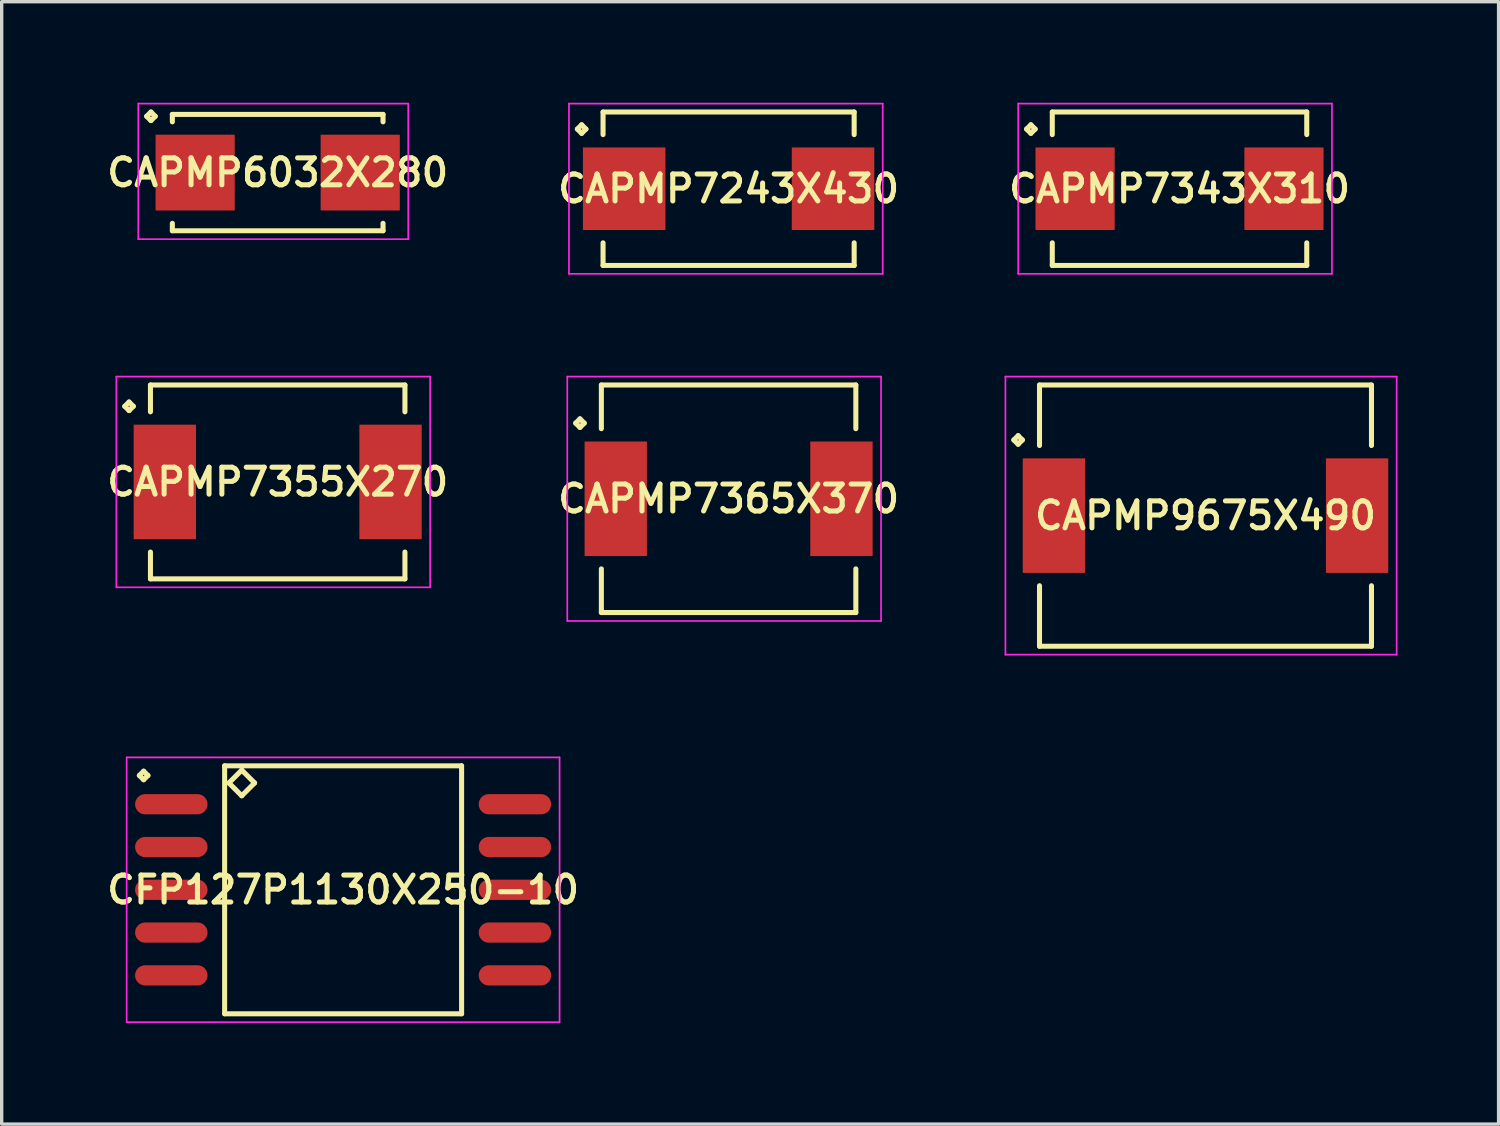
<source format=kicad_pcb>
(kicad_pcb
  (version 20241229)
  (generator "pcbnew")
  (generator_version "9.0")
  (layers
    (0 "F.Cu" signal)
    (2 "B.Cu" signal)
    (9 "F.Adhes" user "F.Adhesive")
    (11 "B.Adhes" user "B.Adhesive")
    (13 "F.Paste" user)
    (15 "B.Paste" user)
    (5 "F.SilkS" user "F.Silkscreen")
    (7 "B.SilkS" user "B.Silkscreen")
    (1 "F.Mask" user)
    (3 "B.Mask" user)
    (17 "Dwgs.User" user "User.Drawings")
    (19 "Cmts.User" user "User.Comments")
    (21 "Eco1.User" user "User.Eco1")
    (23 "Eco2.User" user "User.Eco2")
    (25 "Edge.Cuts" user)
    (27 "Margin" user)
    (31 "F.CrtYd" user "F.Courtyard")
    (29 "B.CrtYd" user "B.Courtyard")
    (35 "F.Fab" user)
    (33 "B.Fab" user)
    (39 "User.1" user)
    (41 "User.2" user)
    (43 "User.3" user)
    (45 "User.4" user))
  (footprint "CFP127P1130X250-10"
    (layer "F.Cu")
    (at 7.135 23.363)
    (property "Reference" "CFP127P1130X250-10" (at 0 0 0) (layer "F.SilkS") (effects (font (size 0.8 0.8) (thickness 0.15))))
    (attr smd)
    (fp_line (start -6.048 -3.394) (end -5.921 -3.521) (stroke (width 0.15) (type solid)) (layer "F.SilkS"))
    (fp_line (start -5.921 -3.521) (end -5.794 -3.394) (stroke (width 0.15) (type solid)) (layer "F.SilkS"))
    (fp_line (start -5.921 -3.267) (end -6.048 -3.394) (stroke (width 0.15) (type solid)) (layer "F.SilkS"))
    (fp_line (start -5.794 -3.394) (end -5.921 -3.267) (stroke (width 0.15) (type solid)) (layer "F.SilkS"))
    (fp_line (start -3.517 -3.68) (end -3.517 3.68) (stroke (width 0.15) (type solid)) (layer "F.SilkS"))
    (fp_line (start -3.517 3.68) (end 3.517 3.68) (stroke (width 0.15) (type solid)) (layer "F.SilkS"))
    (fp_line (start -3.39 -3.172) (end -3.009 -3.553) (stroke (width 0.15) (type solid)) (layer "F.SilkS"))
    (fp_line (start -3.009 -3.553) (end -2.628 -3.172) (stroke (width 0.15) (type solid)) (layer "F.SilkS"))
    (fp_line (start -3.009 -2.791) (end -3.39 -3.172) (stroke (width 0.15) (type solid)) (layer "F.SilkS"))
    (fp_line (start -2.628 -3.172) (end -3.009 -2.791) (stroke (width 0.15) (type solid)) (layer "F.SilkS"))
    (fp_line (start 3.517 -3.68) (end -3.517 -3.68) (stroke (width 0.15) (type solid)) (layer "F.SilkS"))
    (fp_line (start 3.517 3.68) (end 3.517 -3.68) (stroke (width 0.15) (type solid)) (layer "F.SilkS"))
    (fp_line (start -6.425 -3.93) (end 6.425 -3.93) (stroke (width 0.05) (type solid)) (layer "F.CrtYd"))
    (fp_line (start -6.425 3.93) (end -6.425 -3.93) (stroke (width 0.05) (type solid)) (layer "F.CrtYd"))
    (fp_line (start 6.425 -3.93) (end 6.425 3.93) (stroke (width 0.05) (type solid)) (layer "F.CrtYd"))
    (fp_line (start 6.425 3.93) (end -6.425 3.93) (stroke (width 0.05) (type solid)) (layer "F.CrtYd"))
    (pad "1" smd oval (at -5.1 -2.54) (size 2.15 0.6) (layers "F.Cu" "F.Mask" "F.Paste"))
    (pad "2" smd oval (at -5.1 -1.27) (size 2.15 0.6) (layers "F.Cu" "F.Mask" "F.Paste"))
    (pad "3" smd oval (at -5.1 0) (size 2.15 0.6) (layers "F.Cu" "F.Mask" "F.Paste"))
    (pad "4" smd oval (at -5.1 1.27) (size 2.15 0.6) (layers "F.Cu" "F.Mask" "F.Paste"))
    (pad "5" smd oval (at -5.1 2.54) (size 2.15 0.6) (layers "F.Cu" "F.Mask" "F.Paste"))
    (pad "6" smd oval (at 5.1 2.54) (size 2.15 0.6) (layers "F.Cu" "F.Mask" "F.Paste"))
    (pad "7" smd oval (at 5.1 1.27) (size 2.15 0.6) (layers "F.Cu" "F.Mask" "F.Paste"))
    (pad "8" smd oval (at 5.1 0) (size 2.15 0.6) (layers "F.Cu" "F.Mask" "F.Paste"))
    (pad "9" smd oval (at 5.1 -1.27) (size 2.15 0.6) (layers "F.Cu" "F.Mask" "F.Paste"))
    (pad "10" smd oval (at 5.1 -2.54) (size 2.15 0.6) (layers "F.Cu" "F.Mask" "F.Paste")))
  (footprint "CAPMP7343X310"
    (layer "F.Cu")
    (at 31.963 2.552)
    (property "Reference" "CAPMP7343X310" (at 0 0 0) (layer "F.SilkS") (effects (font (size 0.8 0.8) (thickness 0.15))))
    (attr smd)
    (fp_line (start -4.539 -1.771) (end -4.412 -1.898) (stroke (width 0.15) (type solid)) (layer "F.SilkS"))
    (fp_line (start -4.412 -1.898) (end -4.285 -1.771) (stroke (width 0.15) (type solid)) (layer "F.SilkS"))
    (fp_line (start -4.412 -1.644) (end -4.539 -1.771) (stroke (width 0.15) (type solid)) (layer "F.SilkS"))
    (fp_line (start -4.285 -1.771) (end -4.412 -1.644) (stroke (width 0.15) (type solid)) (layer "F.SilkS"))
    (fp_line (start -3.777 -2.277) (end 3.777 -2.277) (stroke (width 0.15) (type solid)) (layer "F.SilkS"))
    (fp_line (start -3.777 -1.606) (end -3.777 -2.277) (stroke (width 0.15) (type solid)) (layer "F.SilkS"))
    (fp_line (start -3.777 1.606) (end -3.777 2.277) (stroke (width 0.15) (type solid)) (layer "F.SilkS"))
    (fp_line (start -3.777 2.277) (end 3.777 2.277) (stroke (width 0.15) (type solid)) (layer "F.SilkS"))
    (fp_line (start 3.777 -2.277) (end 3.777 -1.606) (stroke (width 0.15) (type solid)) (layer "F.SilkS"))
    (fp_line (start 3.777 2.277) (end 3.777 1.606) (stroke (width 0.15) (type solid)) (layer "F.SilkS"))
    (fp_line (start -4.789 -2.527) (end 4.525 -2.527) (stroke (width 0.05) (type solid)) (layer "F.CrtYd"))
    (fp_line (start -4.789 2.527) (end -4.789 -2.527) (stroke (width 0.05) (type solid)) (layer "F.CrtYd"))
    (fp_line (start 4.525 -2.527) (end 4.525 2.527) (stroke (width 0.05) (type solid)) (layer "F.CrtYd"))
    (fp_line (start 4.525 2.527) (end -4.789 2.527) (stroke (width 0.05) (type solid)) (layer "F.CrtYd"))
    (pad "1" smd rect (at -3.1 0) (size 2.35 2.45) (layers "F.Cu" "F.Mask" "F.Paste"))
    (pad "2" smd rect (at 3.1 0) (size 2.35 2.45) (layers "F.Cu" "F.Mask" "F.Paste")))
  (footprint "CAPMP7243X430"
    (layer "F.Cu")
    (at 18.578 2.552)
    (property "Reference" "CAPMP7243X430" (at 0 0 0) (layer "F.SilkS") (effects (font (size 0.8 0.8) (thickness 0.15))))
    (attr smd)
    (fp_line (start -4.489 -1.771) (end -4.362 -1.898) (stroke (width 0.15) (type solid)) (layer "F.SilkS"))
    (fp_line (start -4.362 -1.898) (end -4.235 -1.771) (stroke (width 0.15) (type solid)) (layer "F.SilkS"))
    (fp_line (start -4.362 -1.644) (end -4.489 -1.771) (stroke (width 0.15) (type solid)) (layer "F.SilkS"))
    (fp_line (start -4.235 -1.771) (end -4.362 -1.644) (stroke (width 0.15) (type solid)) (layer "F.SilkS"))
    (fp_line (start -3.727 -2.277) (end 3.727 -2.277) (stroke (width 0.15) (type solid)) (layer "F.SilkS"))
    (fp_line (start -3.727 -1.606) (end -3.727 -2.277) (stroke (width 0.15) (type solid)) (layer "F.SilkS"))
    (fp_line (start -3.727 1.606) (end -3.727 2.277) (stroke (width 0.15) (type solid)) (layer "F.SilkS"))
    (fp_line (start -3.727 2.277) (end 3.727 2.277) (stroke (width 0.15) (type solid)) (layer "F.SilkS"))
    (fp_line (start 3.727 -2.277) (end 3.727 -1.606) (stroke (width 0.15) (type solid)) (layer "F.SilkS"))
    (fp_line (start 3.727 2.277) (end 3.727 1.606) (stroke (width 0.15) (type solid)) (layer "F.SilkS"))
    (fp_line (start -4.739 -2.527) (end 4.575 -2.527) (stroke (width 0.05) (type solid)) (layer "F.CrtYd"))
    (fp_line (start -4.739 2.527) (end -4.739 -2.527) (stroke (width 0.05) (type solid)) (layer "F.CrtYd"))
    (fp_line (start 4.575 -2.527) (end 4.575 2.527) (stroke (width 0.05) (type solid)) (layer "F.CrtYd"))
    (fp_line (start 4.575 2.527) (end -4.739 2.527) (stroke (width 0.05) (type solid)) (layer "F.CrtYd"))
    (pad "1" smd rect (at -3.1 0) (size 2.45 2.45) (layers "F.Cu" "F.Mask" "F.Paste"))
    (pad "2" smd rect (at 3.1 0) (size 2.45 2.45) (layers "F.Cu" "F.Mask" "F.Paste")))
  (footprint "CAPMP9675X490"
    (layer "F.Cu")
    (at 32.734 12.256)
    (property "Reference" "CAPMP9675X490" (at 0 0 0) (layer "F.SilkS") (effects (font (size 0.8 0.8) (thickness 0.15))))
    (attr smd)
    (fp_line (start -5.689 -2.246) (end -5.562 -2.373) (stroke (width 0.15) (type solid)) (layer "F.SilkS"))
    (fp_line (start -5.562 -2.373) (end -5.435 -2.246) (stroke (width 0.15) (type solid)) (layer "F.SilkS"))
    (fp_line (start -5.562 -2.119) (end -5.689 -2.246) (stroke (width 0.15) (type solid)) (layer "F.SilkS"))
    (fp_line (start -5.435 -2.246) (end -5.562 -2.119) (stroke (width 0.15) (type solid)) (layer "F.SilkS"))
    (fp_line (start -4.927 -3.877) (end 4.927 -3.877) (stroke (width 0.15) (type solid)) (layer "F.SilkS"))
    (fp_line (start -4.927 -2.081) (end -4.927 -3.877) (stroke (width 0.15) (type solid)) (layer "F.SilkS"))
    (fp_line (start -4.927 2.081) (end -4.927 3.877) (stroke (width 0.15) (type solid)) (layer "F.SilkS"))
    (fp_line (start -4.927 3.877) (end 4.927 3.877) (stroke (width 0.15) (type solid)) (layer "F.SilkS"))
    (fp_line (start 4.927 -3.877) (end 4.927 -2.081) (stroke (width 0.15) (type solid)) (layer "F.SilkS"))
    (fp_line (start 4.927 3.877) (end 4.927 2.081) (stroke (width 0.15) (type solid)) (layer "F.SilkS"))
    (fp_line (start -5.939 -4.127) (end 5.675 -4.127) (stroke (width 0.05) (type solid)) (layer "F.CrtYd"))
    (fp_line (start -5.939 4.127) (end -5.939 -4.127) (stroke (width 0.05) (type solid)) (layer "F.CrtYd"))
    (fp_line (start 5.675 -4.127) (end 5.675 4.127) (stroke (width 0.05) (type solid)) (layer "F.CrtYd"))
    (fp_line (start 5.675 4.127) (end -5.939 4.127) (stroke (width 0.05) (type solid)) (layer "F.CrtYd"))
    (pad "1" smd rect (at -4.5 0) (size 1.85 3.4) (layers "F.Cu" "F.Mask" "F.Paste"))
    (pad "2" smd rect (at 4.5 0) (size 1.85 3.4) (layers "F.Cu" "F.Mask" "F.Paste")))
  (footprint "CAPMP7355X270"
    (layer "F.Cu")
    (at 5.193 11.256)
    (property "Reference" "CAPMP7355X270" (at 0 0 0) (layer "F.SilkS") (effects (font (size 0.8 0.8) (thickness 0.15))))
    (attr smd)
    (fp_line (start -4.539 -2.246) (end -4.412 -2.373) (stroke (width 0.15) (type solid)) (layer "F.SilkS"))
    (fp_line (start -4.412 -2.373) (end -4.285 -2.246) (stroke (width 0.15) (type solid)) (layer "F.SilkS"))
    (fp_line (start -4.412 -2.119) (end -4.539 -2.246) (stroke (width 0.15) (type solid)) (layer "F.SilkS"))
    (fp_line (start -4.285 -2.246) (end -4.412 -2.119) (stroke (width 0.15) (type solid)) (layer "F.SilkS"))
    (fp_line (start -3.777 -2.877) (end 3.777 -2.877) (stroke (width 0.15) (type solid)) (layer "F.SilkS"))
    (fp_line (start -3.777 -2.081) (end -3.777 -2.877) (stroke (width 0.15) (type solid)) (layer "F.SilkS"))
    (fp_line (start -3.777 2.081) (end -3.777 2.877) (stroke (width 0.15) (type solid)) (layer "F.SilkS"))
    (fp_line (start -3.777 2.877) (end 3.777 2.877) (stroke (width 0.15) (type solid)) (layer "F.SilkS"))
    (fp_line (start 3.777 -2.877) (end 3.777 -2.081) (stroke (width 0.15) (type solid)) (layer "F.SilkS"))
    (fp_line (start 3.777 2.877) (end 3.777 2.081) (stroke (width 0.15) (type solid)) (layer "F.SilkS"))
    (fp_line (start -4.789 -3.127) (end 4.525 -3.127) (stroke (width 0.05) (type solid)) (layer "F.CrtYd"))
    (fp_line (start -4.789 3.127) (end -4.789 -3.127) (stroke (width 0.05) (type solid)) (layer "F.CrtYd"))
    (fp_line (start 4.525 -3.127) (end 4.525 3.127) (stroke (width 0.05) (type solid)) (layer "F.CrtYd"))
    (fp_line (start 4.525 3.127) (end -4.789 3.127) (stroke (width 0.05) (type solid)) (layer "F.CrtYd"))
    (pad "1" smd rect (at -3.35 0) (size 1.85 3.4) (layers "F.Cu" "F.Mask" "F.Paste"))
    (pad "2" smd rect (at 3.35 0) (size 1.85 3.4) (layers "F.Cu" "F.Mask" "F.Paste")))
  (footprint "CAPMP7365X370"
    (layer "F.Cu")
    (at 18.578 11.756)
    (property "Reference" "CAPMP7365X370" (at 0 0 0) (layer "F.SilkS") (effects (font (size 0.8 0.8) (thickness 0.15))))
    (attr smd)
    (fp_line (start -4.539 -2.246) (end -4.412 -2.373) (stroke (width 0.15) (type solid)) (layer "F.SilkS"))
    (fp_line (start -4.412 -2.373) (end -4.285 -2.246) (stroke (width 0.15) (type solid)) (layer "F.SilkS"))
    (fp_line (start -4.412 -2.119) (end -4.539 -2.246) (stroke (width 0.15) (type solid)) (layer "F.SilkS"))
    (fp_line (start -4.285 -2.246) (end -4.412 -2.119) (stroke (width 0.15) (type solid)) (layer "F.SilkS"))
    (fp_line (start -3.777 -3.377) (end 3.777 -3.377) (stroke (width 0.15) (type solid)) (layer "F.SilkS"))
    (fp_line (start -3.777 -2.081) (end -3.777 -3.377) (stroke (width 0.15) (type solid)) (layer "F.SilkS"))
    (fp_line (start -3.777 2.081) (end -3.777 3.377) (stroke (width 0.15) (type solid)) (layer "F.SilkS"))
    (fp_line (start -3.777 3.377) (end 3.777 3.377) (stroke (width 0.15) (type solid)) (layer "F.SilkS"))
    (fp_line (start 3.777 -3.377) (end 3.777 -2.081) (stroke (width 0.15) (type solid)) (layer "F.SilkS"))
    (fp_line (start 3.777 3.377) (end 3.777 2.081) (stroke (width 0.15) (type solid)) (layer "F.SilkS"))
    (fp_line (start -4.789 -3.627) (end 4.525 -3.627) (stroke (width 0.05) (type solid)) (layer "F.CrtYd"))
    (fp_line (start -4.789 3.627) (end -4.789 -3.627) (stroke (width 0.05) (type solid)) (layer "F.CrtYd"))
    (fp_line (start 4.525 -3.627) (end 4.525 3.627) (stroke (width 0.05) (type solid)) (layer "F.CrtYd"))
    (fp_line (start 4.525 3.627) (end -4.789 3.627) (stroke (width 0.05) (type solid)) (layer "F.CrtYd"))
    (pad "1" smd rect (at -3.35 0) (size 1.85 3.4) (layers "F.Cu" "F.Mask" "F.Paste"))
    (pad "2" smd rect (at 3.35 0) (size 1.85 3.4) (layers "F.Cu" "F.Mask" "F.Paste")))
  (footprint "CAPMP6032X280"
    (layer "F.Cu")
    (at 5.193 2.073)
    (property "Reference" "CAPMP6032X280" (at 0 0 0) (layer "F.SilkS") (effects (font (size 0.8 0.8) (thickness 0.15))))
    (attr smd)
    (fp_line (start -3.889 -1.671) (end -3.762 -1.798) (stroke (width 0.15) (type solid)) (layer "F.SilkS"))
    (fp_line (start -3.762 -1.798) (end -3.635 -1.671) (stroke (width 0.15) (type solid)) (layer "F.SilkS"))
    (fp_line (start -3.762 -1.544) (end -3.889 -1.671) (stroke (width 0.15) (type solid)) (layer "F.SilkS"))
    (fp_line (start -3.635 -1.671) (end -3.762 -1.544) (stroke (width 0.15) (type solid)) (layer "F.SilkS"))
    (fp_line (start -3.127 -1.727) (end 3.127 -1.727) (stroke (width 0.15) (type solid)) (layer "F.SilkS"))
    (fp_line (start -3.127 -1.506) (end -3.127 -1.727) (stroke (width 0.15) (type solid)) (layer "F.SilkS"))
    (fp_line (start -3.127 1.506) (end -3.127 1.727) (stroke (width 0.15) (type solid)) (layer "F.SilkS"))
    (fp_line (start -3.127 1.727) (end 3.127 1.727) (stroke (width 0.15) (type solid)) (layer "F.SilkS"))
    (fp_line (start 3.127 -1.727) (end 3.127 -1.506) (stroke (width 0.15) (type solid)) (layer "F.SilkS"))
    (fp_line (start 3.127 1.727) (end 3.127 1.506) (stroke (width 0.15) (type solid)) (layer "F.SilkS"))
    (fp_line (start -4.139 -2.048) (end 3.875 -2.048) (stroke (width 0.05) (type solid)) (layer "F.CrtYd"))
    (fp_line (start -4.139 1.977) (end -4.139 -2.048) (stroke (width 0.05) (type solid)) (layer "F.CrtYd"))
    (fp_line (start 3.875 -2.048) (end 3.875 1.977) (stroke (width 0.05) (type solid)) (layer "F.CrtYd"))
    (fp_line (start 3.875 1.977) (end -4.139 1.977) (stroke (width 0.05) (type solid)) (layer "F.CrtYd"))
    (pad "1" smd rect (at -2.45 0) (size 2.35 2.25) (layers "F.Cu" "F.Mask" "F.Paste"))
    (pad "2" smd rect (at 2.45 0) (size 2.35 2.25) (layers "F.Cu" "F.Mask" "F.Paste")))
  (gr_rect
    (start -3 -3)
    (end 41.434 30.318)
    (stroke (width 0.1) (type default))
    (fill no)
    (layer "Edge.Cuts")))
</source>
